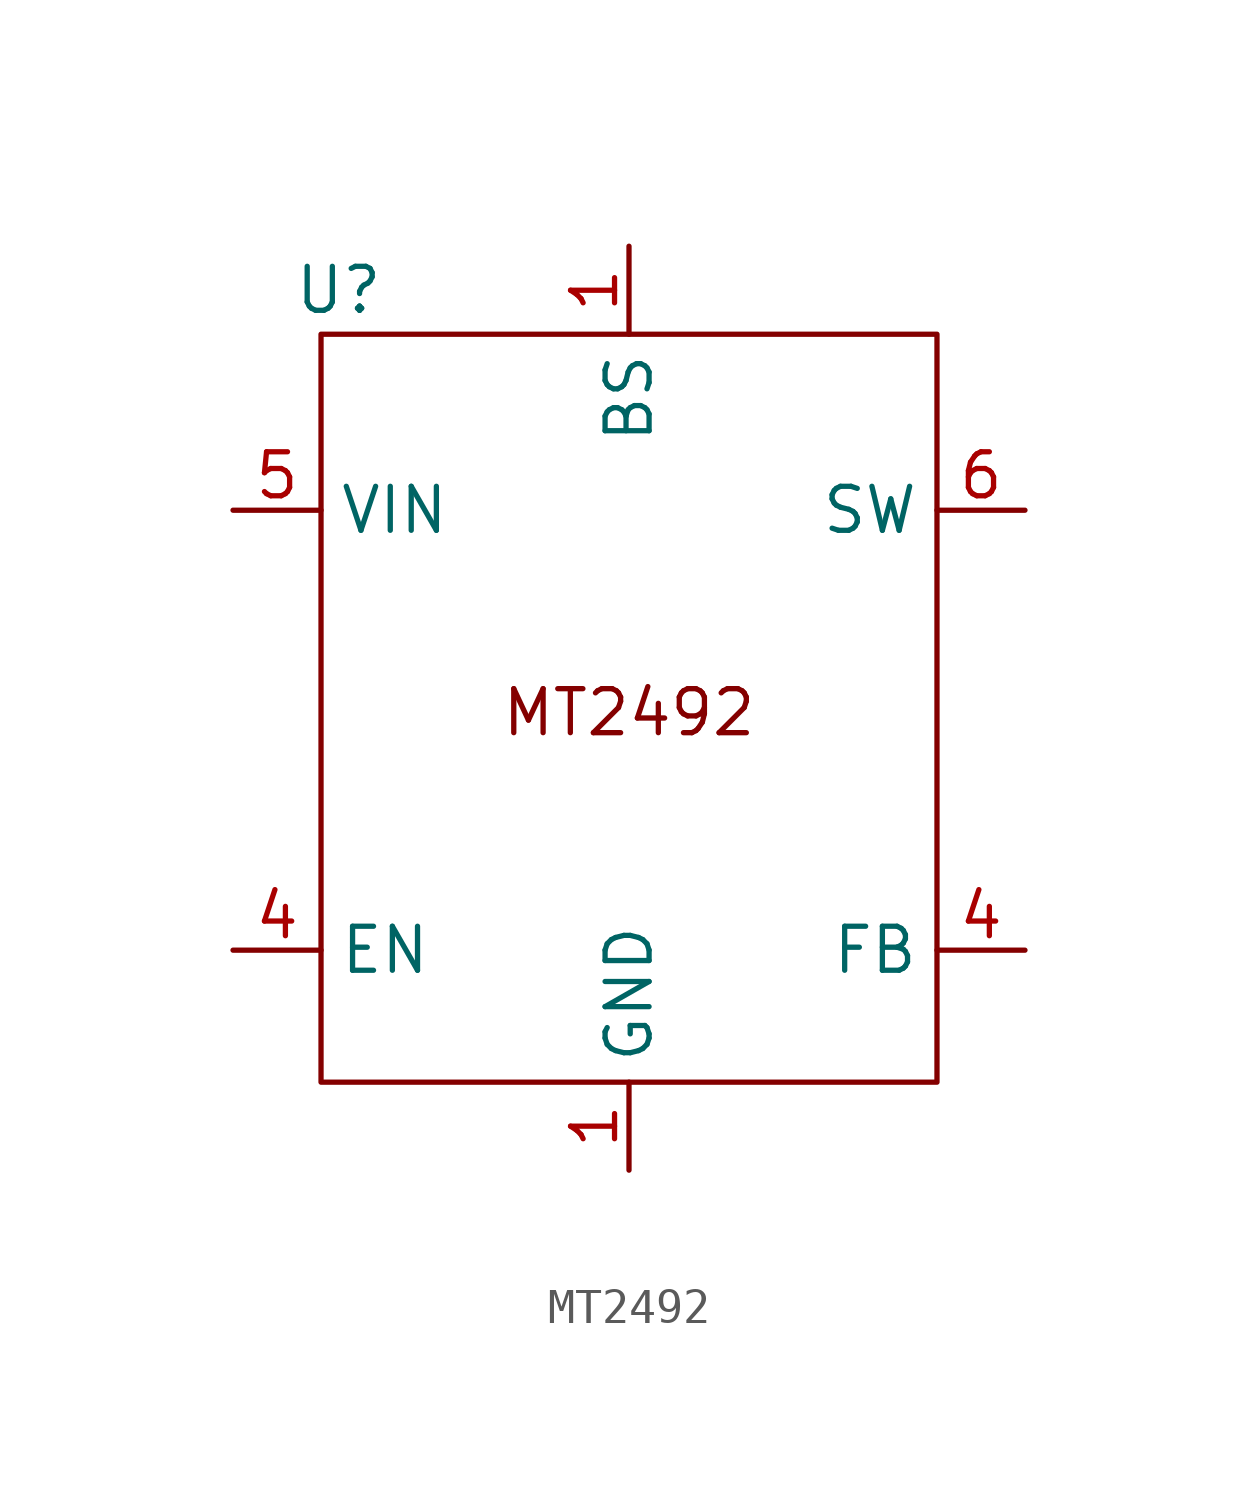
<source format=kicad_sym>
(kicad_symbol_lib
  (version 20231120)
  (generator "kicad_symbol_editor")
  (generator_version "8.0")
  (symbol "MT2492"
    (property "Reference" "U"
      (at 0.508 1.27 0)
      (effects (font (size 1.27 1.27))))
    (property "Value" ""
      (at 0 0 0)
      (effects (font (size 1.27 1.27))))
    (symbol "MT2492_0_1"
      (rectangle (start 0 0) (end 17.78 -21.59) (stroke (width 0) (type default)) (fill (type none))))
    (symbol "MT2492_1_1"
      (text "MT2492" (at 8.89 -10.922 0) (effects (font (size 1.27 1.27))))
      (pin bidirectional line (at 8.89 2.54 270) (length 2.54) (name "BS" (effects (font (size 1.27 1.27)))) (number "1" (effects (font (size 1.27 1.27)))))
      (pin input line (at 8.89 -24.13 90) (length 2.54) (name "GND" (effects (font (size 1.27 1.27)))) (number "1" (effects (font (size 1.27 1.27)))))
      (pin input line (at -2.54 -17.78 0) (length 2.54) (name "EN" (effects (font (size 1.27 1.27)))) (number "4" (effects (font (size 1.27 1.27)))))
      (pin input line (at 20.32 -17.78 180) (length 2.54) (name "FB" (effects (font (size 1.27 1.27)))) (number "4" (effects (font (size 1.27 1.27)))))
      (pin power_in line (at -2.54 -5.08 0) (length 2.54) (name "VIN" (effects (font (size 1.27 1.27)))) (number "5" (effects (font (size 1.27 1.27)))))
      (pin power_out line (at 20.32 -5.08 180) (length 2.54) (name "SW" (effects (font (size 1.27 1.27)))) (number "6" (effects (font (size 1.27 1.27))))))))
</source>
